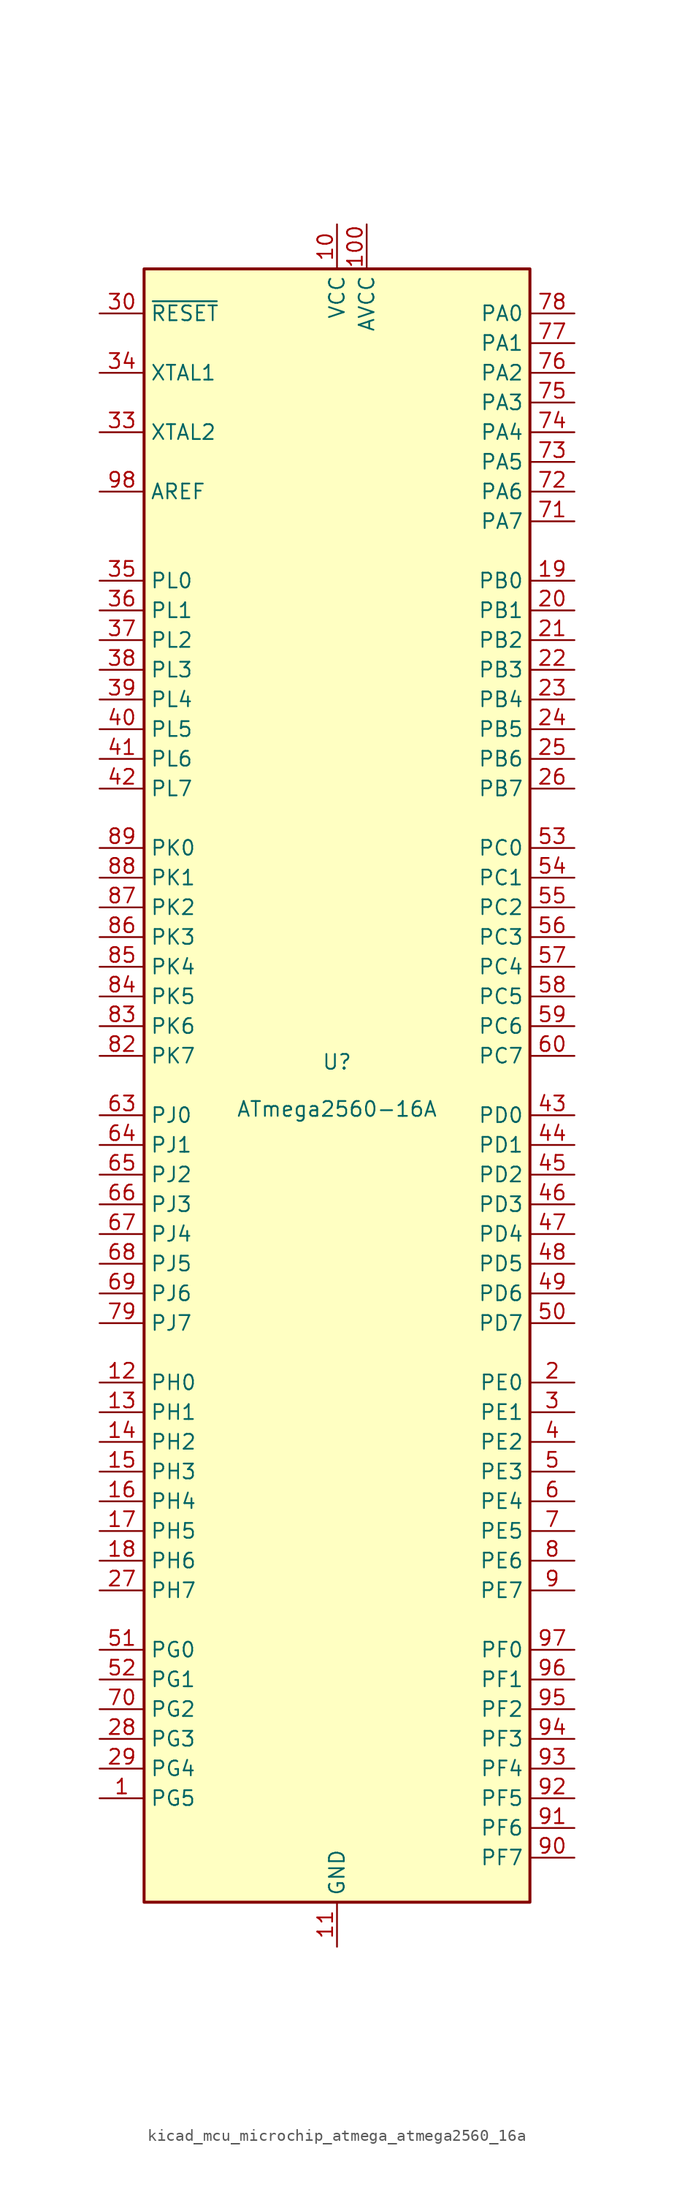
<source format=kicad_sym>
(kicad_symbol_lib
  (version 20220914)
  (generator kicad_symbol_editor)
  (symbol "kicad_mcu_microchip_atmega_atmega2560_16a"
    (property "Reference" "U"
      (at 0 1.27 0)
      (effects (font (size 1.27 1.27)) (justify bottom)))
    (property "Value" "ATmega2560-16A"
      (at 0 -1.27 0)
      (effects (font (size 1.27 1.27)) (justify top)))
    (symbol "kicad_mcu_microchip_atmega_atmega2560_16a_0_1"
      (rectangle (start -16.51 -69.85) (end 16.51 69.85) (stroke (width 0.254) (type default)) (fill (type background))))
    (symbol "kicad_mcu_microchip_atmega_atmega2560_16a_1_1"
      (pin bidirectional line (at -20.32 -60.96 0) (length 3.81) (name "PG5" (effects (font (size 1.27 1.27)))) (number "1" (effects (font (size 1.27 1.27)))))
      (pin power_in line (at 0 73.66 270) (length 3.81) (name "VCC" (effects (font (size 1.27 1.27)))) (number "10" (effects (font (size 1.27 1.27)))))
      (pin power_in line (at 2.54 73.66 270) (length 3.81) (name "AVCC" (effects (font (size 1.27 1.27)))) (number "100" (effects (font (size 1.27 1.27)))))
      (pin power_in line (at 0 -73.66 90) (length 3.81) (name "GND" (effects (font (size 1.27 1.27)))) (number "11" (effects (font (size 1.27 1.27)))))
      (pin bidirectional line (at -20.32 -25.4 0) (length 3.81) (name "PH0" (effects (font (size 1.27 1.27)))) (number "12" (effects (font (size 1.27 1.27)))))
      (pin bidirectional line (at -20.32 -27.94 0) (length 3.81) (name "PH1" (effects (font (size 1.27 1.27)))) (number "13" (effects (font (size 1.27 1.27)))))
      (pin bidirectional line (at -20.32 -30.48 0) (length 3.81) (name "PH2" (effects (font (size 1.27 1.27)))) (number "14" (effects (font (size 1.27 1.27)))))
      (pin bidirectional line (at -20.32 -33.02 0) (length 3.81) (name "PH3" (effects (font (size 1.27 1.27)))) (number "15" (effects (font (size 1.27 1.27)))))
      (pin bidirectional line (at -20.32 -35.56 0) (length 3.81) (name "PH4" (effects (font (size 1.27 1.27)))) (number "16" (effects (font (size 1.27 1.27)))))
      (pin bidirectional line (at -20.32 -38.1 0) (length 3.81) (name "PH5" (effects (font (size 1.27 1.27)))) (number "17" (effects (font (size 1.27 1.27)))))
      (pin bidirectional line (at -20.32 -40.64 0) (length 3.81) (name "PH6" (effects (font (size 1.27 1.27)))) (number "18" (effects (font (size 1.27 1.27)))))
      (pin bidirectional line (at 20.32 43.18 180) (length 3.81) (name "PB0" (effects (font (size 1.27 1.27)))) (number "19" (effects (font (size 1.27 1.27)))))
      (pin bidirectional line (at 20.32 -25.4 180) (length 3.81) (name "PE0" (effects (font (size 1.27 1.27)))) (number "2" (effects (font (size 1.27 1.27)))))
      (pin bidirectional line (at 20.32 40.64 180) (length 3.81) (name "PB1" (effects (font (size 1.27 1.27)))) (number "20" (effects (font (size 1.27 1.27)))))
      (pin bidirectional line (at 20.32 38.1 180) (length 3.81) (name "PB2" (effects (font (size 1.27 1.27)))) (number "21" (effects (font (size 1.27 1.27)))))
      (pin bidirectional line (at 20.32 35.56 180) (length 3.81) (name "PB3" (effects (font (size 1.27 1.27)))) (number "22" (effects (font (size 1.27 1.27)))))
      (pin bidirectional line (at 20.32 33.02 180) (length 3.81) (name "PB4" (effects (font (size 1.27 1.27)))) (number "23" (effects (font (size 1.27 1.27)))))
      (pin bidirectional line (at 20.32 30.48 180) (length 3.81) (name "PB5" (effects (font (size 1.27 1.27)))) (number "24" (effects (font (size 1.27 1.27)))))
      (pin bidirectional line (at 20.32 27.94 180) (length 3.81) (name "PB6" (effects (font (size 1.27 1.27)))) (number "25" (effects (font (size 1.27 1.27)))))
      (pin bidirectional line (at 20.32 25.4 180) (length 3.81) (name "PB7" (effects (font (size 1.27 1.27)))) (number "26" (effects (font (size 1.27 1.27)))))
      (pin bidirectional line (at -20.32 -43.18 0) (length 3.81) (name "PH7" (effects (font (size 1.27 1.27)))) (number "27" (effects (font (size 1.27 1.27)))))
      (pin bidirectional line (at -20.32 -55.88 0) (length 3.81) (name "PG3" (effects (font (size 1.27 1.27)))) (number "28" (effects (font (size 1.27 1.27)))))
      (pin bidirectional line (at -20.32 -58.42 0) (length 3.81) (name "PG4" (effects (font (size 1.27 1.27)))) (number "29" (effects (font (size 1.27 1.27)))))
      (pin bidirectional line (at 20.32 -27.94 180) (length 3.81) (name "PE1" (effects (font (size 1.27 1.27)))) (number "3" (effects (font (size 1.27 1.27)))))
      (pin input line (at -20.32 66.04 0) (length 3.81) (name "~{RESET}" (effects (font (size 1.27 1.27)))) (number "30" (effects (font (size 1.27 1.27)))))
      (pin passive line (at 0 73.66 270) (length 3.81) hide (name "VCC" (effects (font (size 1.27 1.27)))) (number "31" (effects (font (size 1.27 1.27)))))
      (pin passive line (at 0 -73.66 90) (length 3.81) hide (name "GND" (effects (font (size 1.27 1.27)))) (number "32" (effects (font (size 1.27 1.27)))))
      (pin output line (at -20.32 55.88 0) (length 3.81) (name "XTAL2" (effects (font (size 1.27 1.27)))) (number "33" (effects (font (size 1.27 1.27)))))
      (pin input line (at -20.32 60.96 0) (length 3.81) (name "XTAL1" (effects (font (size 1.27 1.27)))) (number "34" (effects (font (size 1.27 1.27)))))
      (pin bidirectional line (at -20.32 43.18 0) (length 3.81) (name "PL0" (effects (font (size 1.27 1.27)))) (number "35" (effects (font (size 1.27 1.27)))))
      (pin bidirectional line (at -20.32 40.64 0) (length 3.81) (name "PL1" (effects (font (size 1.27 1.27)))) (number "36" (effects (font (size 1.27 1.27)))))
      (pin bidirectional line (at -20.32 38.1 0) (length 3.81) (name "PL2" (effects (font (size 1.27 1.27)))) (number "37" (effects (font (size 1.27 1.27)))))
      (pin bidirectional line (at -20.32 35.56 0) (length 3.81) (name "PL3" (effects (font (size 1.27 1.27)))) (number "38" (effects (font (size 1.27 1.27)))))
      (pin bidirectional line (at -20.32 33.02 0) (length 3.81) (name "PL4" (effects (font (size 1.27 1.27)))) (number "39" (effects (font (size 1.27 1.27)))))
      (pin bidirectional line (at 20.32 -30.48 180) (length 3.81) (name "PE2" (effects (font (size 1.27 1.27)))) (number "4" (effects (font (size 1.27 1.27)))))
      (pin bidirectional line (at -20.32 30.48 0) (length 3.81) (name "PL5" (effects (font (size 1.27 1.27)))) (number "40" (effects (font (size 1.27 1.27)))))
      (pin bidirectional line (at -20.32 27.94 0) (length 3.81) (name "PL6" (effects (font (size 1.27 1.27)))) (number "41" (effects (font (size 1.27 1.27)))))
      (pin bidirectional line (at -20.32 25.4 0) (length 3.81) (name "PL7" (effects (font (size 1.27 1.27)))) (number "42" (effects (font (size 1.27 1.27)))))
      (pin bidirectional line (at 20.32 -2.54 180) (length 3.81) (name "PD0" (effects (font (size 1.27 1.27)))) (number "43" (effects (font (size 1.27 1.27)))))
      (pin bidirectional line (at 20.32 -5.08 180) (length 3.81) (name "PD1" (effects (font (size 1.27 1.27)))) (number "44" (effects (font (size 1.27 1.27)))))
      (pin bidirectional line (at 20.32 -7.62 180) (length 3.81) (name "PD2" (effects (font (size 1.27 1.27)))) (number "45" (effects (font (size 1.27 1.27)))))
      (pin bidirectional line (at 20.32 -10.16 180) (length 3.81) (name "PD3" (effects (font (size 1.27 1.27)))) (number "46" (effects (font (size 1.27 1.27)))))
      (pin bidirectional line (at 20.32 -12.7 180) (length 3.81) (name "PD4" (effects (font (size 1.27 1.27)))) (number "47" (effects (font (size 1.27 1.27)))))
      (pin bidirectional line (at 20.32 -15.24 180) (length 3.81) (name "PD5" (effects (font (size 1.27 1.27)))) (number "48" (effects (font (size 1.27 1.27)))))
      (pin bidirectional line (at 20.32 -17.78 180) (length 3.81) (name "PD6" (effects (font (size 1.27 1.27)))) (number "49" (effects (font (size 1.27 1.27)))))
      (pin bidirectional line (at 20.32 -33.02 180) (length 3.81) (name "PE3" (effects (font (size 1.27 1.27)))) (number "5" (effects (font (size 1.27 1.27)))))
      (pin bidirectional line (at 20.32 -20.32 180) (length 3.81) (name "PD7" (effects (font (size 1.27 1.27)))) (number "50" (effects (font (size 1.27 1.27)))))
      (pin bidirectional line (at -20.32 -48.26 0) (length 3.81) (name "PG0" (effects (font (size 1.27 1.27)))) (number "51" (effects (font (size 1.27 1.27)))))
      (pin bidirectional line (at -20.32 -50.8 0) (length 3.81) (name "PG1" (effects (font (size 1.27 1.27)))) (number "52" (effects (font (size 1.27 1.27)))))
      (pin bidirectional line (at 20.32 20.32 180) (length 3.81) (name "PC0" (effects (font (size 1.27 1.27)))) (number "53" (effects (font (size 1.27 1.27)))))
      (pin bidirectional line (at 20.32 17.78 180) (length 3.81) (name "PC1" (effects (font (size 1.27 1.27)))) (number "54" (effects (font (size 1.27 1.27)))))
      (pin bidirectional line (at 20.32 15.24 180) (length 3.81) (name "PC2" (effects (font (size 1.27 1.27)))) (number "55" (effects (font (size 1.27 1.27)))))
      (pin bidirectional line (at 20.32 12.7 180) (length 3.81) (name "PC3" (effects (font (size 1.27 1.27)))) (number "56" (effects (font (size 1.27 1.27)))))
      (pin bidirectional line (at 20.32 10.16 180) (length 3.81) (name "PC4" (effects (font (size 1.27 1.27)))) (number "57" (effects (font (size 1.27 1.27)))))
      (pin bidirectional line (at 20.32 7.62 180) (length 3.81) (name "PC5" (effects (font (size 1.27 1.27)))) (number "58" (effects (font (size 1.27 1.27)))))
      (pin bidirectional line (at 20.32 5.08 180) (length 3.81) (name "PC6" (effects (font (size 1.27 1.27)))) (number "59" (effects (font (size 1.27 1.27)))))
      (pin bidirectional line (at 20.32 -35.56 180) (length 3.81) (name "PE4" (effects (font (size 1.27 1.27)))) (number "6" (effects (font (size 1.27 1.27)))))
      (pin bidirectional line (at 20.32 2.54 180) (length 3.81) (name "PC7" (effects (font (size 1.27 1.27)))) (number "60" (effects (font (size 1.27 1.27)))))
      (pin passive line (at 0 73.66 270) (length 3.81) hide (name "VCC" (effects (font (size 1.27 1.27)))) (number "61" (effects (font (size 1.27 1.27)))))
      (pin passive line (at 0 -73.66 90) (length 3.81) hide (name "GND" (effects (font (size 1.27 1.27)))) (number "62" (effects (font (size 1.27 1.27)))))
      (pin bidirectional line (at -20.32 -2.54 0) (length 3.81) (name "PJ0" (effects (font (size 1.27 1.27)))) (number "63" (effects (font (size 1.27 1.27)))))
      (pin bidirectional line (at -20.32 -5.08 0) (length 3.81) (name "PJ1" (effects (font (size 1.27 1.27)))) (number "64" (effects (font (size 1.27 1.27)))))
      (pin bidirectional line (at -20.32 -7.62 0) (length 3.81) (name "PJ2" (effects (font (size 1.27 1.27)))) (number "65" (effects (font (size 1.27 1.27)))))
      (pin bidirectional line (at -20.32 -10.16 0) (length 3.81) (name "PJ3" (effects (font (size 1.27 1.27)))) (number "66" (effects (font (size 1.27 1.27)))))
      (pin bidirectional line (at -20.32 -12.7 0) (length 3.81) (name "PJ4" (effects (font (size 1.27 1.27)))) (number "67" (effects (font (size 1.27 1.27)))))
      (pin bidirectional line (at -20.32 -15.24 0) (length 3.81) (name "PJ5" (effects (font (size 1.27 1.27)))) (number "68" (effects (font (size 1.27 1.27)))))
      (pin bidirectional line (at -20.32 -17.78 0) (length 3.81) (name "PJ6" (effects (font (size 1.27 1.27)))) (number "69" (effects (font (size 1.27 1.27)))))
      (pin bidirectional line (at 20.32 -38.1 180) (length 3.81) (name "PE5" (effects (font (size 1.27 1.27)))) (number "7" (effects (font (size 1.27 1.27)))))
      (pin bidirectional line (at -20.32 -53.34 0) (length 3.81) (name "PG2" (effects (font (size 1.27 1.27)))) (number "70" (effects (font (size 1.27 1.27)))))
      (pin bidirectional line (at 20.32 48.26 180) (length 3.81) (name "PA7" (effects (font (size 1.27 1.27)))) (number "71" (effects (font (size 1.27 1.27)))))
      (pin bidirectional line (at 20.32 50.8 180) (length 3.81) (name "PA6" (effects (font (size 1.27 1.27)))) (number "72" (effects (font (size 1.27 1.27)))))
      (pin bidirectional line (at 20.32 53.34 180) (length 3.81) (name "PA5" (effects (font (size 1.27 1.27)))) (number "73" (effects (font (size 1.27 1.27)))))
      (pin bidirectional line (at 20.32 55.88 180) (length 3.81) (name "PA4" (effects (font (size 1.27 1.27)))) (number "74" (effects (font (size 1.27 1.27)))))
      (pin bidirectional line (at 20.32 58.42 180) (length 3.81) (name "PA3" (effects (font (size 1.27 1.27)))) (number "75" (effects (font (size 1.27 1.27)))))
      (pin bidirectional line (at 20.32 60.96 180) (length 3.81) (name "PA2" (effects (font (size 1.27 1.27)))) (number "76" (effects (font (size 1.27 1.27)))))
      (pin bidirectional line (at 20.32 63.5 180) (length 3.81) (name "PA1" (effects (font (size 1.27 1.27)))) (number "77" (effects (font (size 1.27 1.27)))))
      (pin bidirectional line (at 20.32 66.04 180) (length 3.81) (name "PA0" (effects (font (size 1.27 1.27)))) (number "78" (effects (font (size 1.27 1.27)))))
      (pin bidirectional line (at -20.32 -20.32 0) (length 3.81) (name "PJ7" (effects (font (size 1.27 1.27)))) (number "79" (effects (font (size 1.27 1.27)))))
      (pin bidirectional line (at 20.32 -40.64 180) (length 3.81) (name "PE6" (effects (font (size 1.27 1.27)))) (number "8" (effects (font (size 1.27 1.27)))))
      (pin passive line (at 0 73.66 270) (length 3.81) hide (name "VCC" (effects (font (size 1.27 1.27)))) (number "80" (effects (font (size 1.27 1.27)))))
      (pin passive line (at 0 -73.66 90) (length 3.81) hide (name "GND" (effects (font (size 1.27 1.27)))) (number "81" (effects (font (size 1.27 1.27)))))
      (pin bidirectional line (at -20.32 2.54 0) (length 3.81) (name "PK7" (effects (font (size 1.27 1.27)))) (number "82" (effects (font (size 1.27 1.27)))))
      (pin bidirectional line (at -20.32 5.08 0) (length 3.81) (name "PK6" (effects (font (size 1.27 1.27)))) (number "83" (effects (font (size 1.27 1.27)))))
      (pin bidirectional line (at -20.32 7.62 0) (length 3.81) (name "PK5" (effects (font (size 1.27 1.27)))) (number "84" (effects (font (size 1.27 1.27)))))
      (pin bidirectional line (at -20.32 10.16 0) (length 3.81) (name "PK4" (effects (font (size 1.27 1.27)))) (number "85" (effects (font (size 1.27 1.27)))))
      (pin bidirectional line (at -20.32 12.7 0) (length 3.81) (name "PK3" (effects (font (size 1.27 1.27)))) (number "86" (effects (font (size 1.27 1.27)))))
      (pin bidirectional line (at -20.32 15.24 0) (length 3.81) (name "PK2" (effects (font (size 1.27 1.27)))) (number "87" (effects (font (size 1.27 1.27)))))
      (pin bidirectional line (at -20.32 17.78 0) (length 3.81) (name "PK1" (effects (font (size 1.27 1.27)))) (number "88" (effects (font (size 1.27 1.27)))))
      (pin bidirectional line (at -20.32 20.32 0) (length 3.81) (name "PK0" (effects (font (size 1.27 1.27)))) (number "89" (effects (font (size 1.27 1.27)))))
      (pin bidirectional line (at 20.32 -43.18 180) (length 3.81) (name "PE7" (effects (font (size 1.27 1.27)))) (number "9" (effects (font (size 1.27 1.27)))))
      (pin bidirectional line (at 20.32 -66.04 180) (length 3.81) (name "PF7" (effects (font (size 1.27 1.27)))) (number "90" (effects (font (size 1.27 1.27)))))
      (pin bidirectional line (at 20.32 -63.5 180) (length 3.81) (name "PF6" (effects (font (size 1.27 1.27)))) (number "91" (effects (font (size 1.27 1.27)))))
      (pin bidirectional line (at 20.32 -60.96 180) (length 3.81) (name "PF5" (effects (font (size 1.27 1.27)))) (number "92" (effects (font (size 1.27 1.27)))))
      (pin bidirectional line (at 20.32 -58.42 180) (length 3.81) (name "PF4" (effects (font (size 1.27 1.27)))) (number "93" (effects (font (size 1.27 1.27)))))
      (pin bidirectional line (at 20.32 -55.88 180) (length 3.81) (name "PF3" (effects (font (size 1.27 1.27)))) (number "94" (effects (font (size 1.27 1.27)))))
      (pin bidirectional line (at 20.32 -53.34 180) (length 3.81) (name "PF2" (effects (font (size 1.27 1.27)))) (number "95" (effects (font (size 1.27 1.27)))))
      (pin bidirectional line (at 20.32 -50.8 180) (length 3.81) (name "PF1" (effects (font (size 1.27 1.27)))) (number "96" (effects (font (size 1.27 1.27)))))
      (pin bidirectional line (at 20.32 -48.26 180) (length 3.81) (name "PF0" (effects (font (size 1.27 1.27)))) (number "97" (effects (font (size 1.27 1.27)))))
      (pin passive line (at -20.32 50.8 0) (length 3.81) (name "AREF" (effects (font (size 1.27 1.27)))) (number "98" (effects (font (size 1.27 1.27)))))
      (pin passive line (at 0 -73.66 90) (length 3.81) hide (name "GND" (effects (font (size 1.27 1.27)))) (number "99" (effects (font (size 1.27 1.27))))))))
</source>
